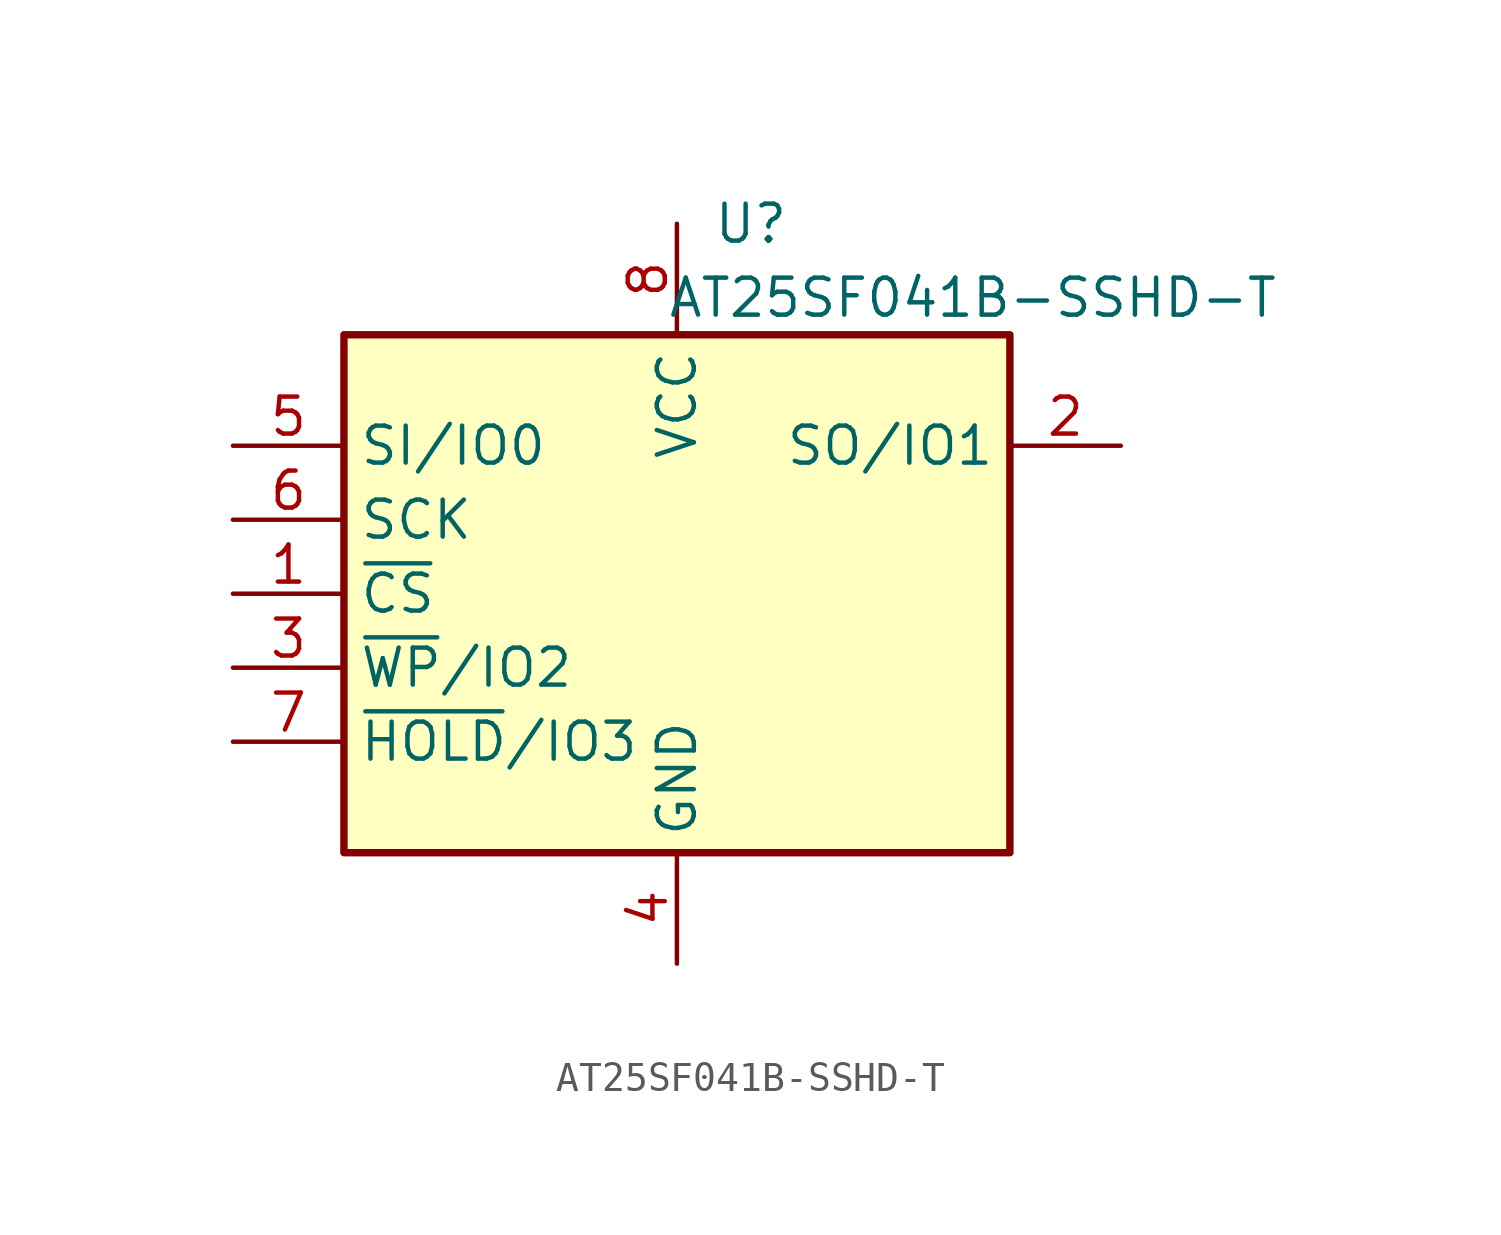
<source format=kicad_sym>
(kicad_symbol_lib
  (version 20211014)
  (generator kicad_symbol_editor)
  (symbol "AT25SF041B-SSHD-T"
    (property "Reference" "U"
      (at 2.54 12.7 0)
      (effects (font (size 1.27 1.27))))
    (property "Value" "AT25SF041B-SSHD-T"
      (at 10.16 10.16 0)
      (effects (font (size 1.27 1.27))))
    (symbol "AT25SF041B-SSHD-T_1_1"
      (rectangle (start -11.43 8.89) (end 11.43 -8.89) (stroke (width 0.254) (type default) (color 0 0 0 0)) (fill (type background)))
      (pin input line (at -15.24 0 0) (length 3.81) (name "~{CS}" (effects (font (size 1.27 1.27)))) (number "1" (effects (font (size 1.27 1.27)))))
      (pin bidirectional line (at 15.24 5.08 180) (length 3.81) (name "SO/IO1" (effects (font (size 1.27 1.27)))) (number "2" (effects (font (size 1.27 1.27)))))
      (pin bidirectional line (at -15.24 -2.54 0) (length 3.81) (name "~{WP}/IO2" (effects (font (size 1.27 1.27)))) (number "3" (effects (font (size 1.27 1.27)))))
      (pin power_in line (at 0 -12.7 90) (length 3.81) (name "GND" (effects (font (size 1.27 1.27)))) (number "4" (effects (font (size 1.27 1.27)))))
      (pin bidirectional line (at -15.24 5.08 0) (length 3.81) (name "SI/IO0" (effects (font (size 1.27 1.27)))) (number "5" (effects (font (size 1.27 1.27)))))
      (pin input line (at -15.24 2.54 0) (length 3.81) (name "SCK" (effects (font (size 1.27 1.27)))) (number "6" (effects (font (size 1.27 1.27)))))
      (pin bidirectional line (at -15.24 -5.08 0) (length 3.81) (name "~{HOLD}/IO3" (effects (font (size 1.27 1.27)))) (number "7" (effects (font (size 1.27 1.27)))))
      (pin power_in line (at 0 12.7 270) (length 3.81) (name "VCC" (effects (font (size 1.27 1.27)))) (number "8" (effects (font (size 1.27 1.27))))))))
</source>
